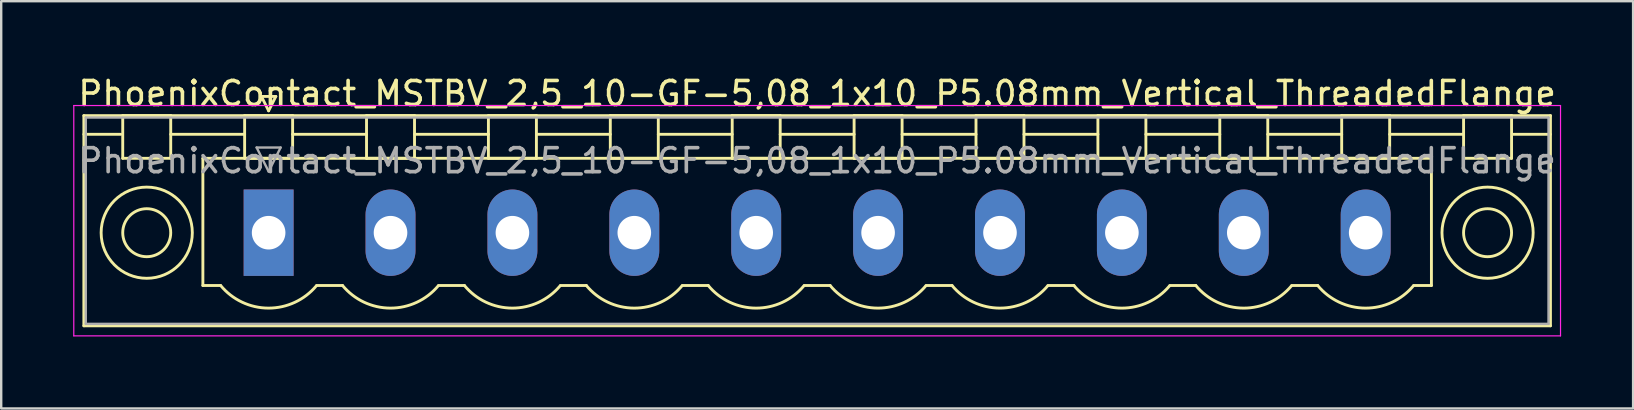
<source format=kicad_pcb>
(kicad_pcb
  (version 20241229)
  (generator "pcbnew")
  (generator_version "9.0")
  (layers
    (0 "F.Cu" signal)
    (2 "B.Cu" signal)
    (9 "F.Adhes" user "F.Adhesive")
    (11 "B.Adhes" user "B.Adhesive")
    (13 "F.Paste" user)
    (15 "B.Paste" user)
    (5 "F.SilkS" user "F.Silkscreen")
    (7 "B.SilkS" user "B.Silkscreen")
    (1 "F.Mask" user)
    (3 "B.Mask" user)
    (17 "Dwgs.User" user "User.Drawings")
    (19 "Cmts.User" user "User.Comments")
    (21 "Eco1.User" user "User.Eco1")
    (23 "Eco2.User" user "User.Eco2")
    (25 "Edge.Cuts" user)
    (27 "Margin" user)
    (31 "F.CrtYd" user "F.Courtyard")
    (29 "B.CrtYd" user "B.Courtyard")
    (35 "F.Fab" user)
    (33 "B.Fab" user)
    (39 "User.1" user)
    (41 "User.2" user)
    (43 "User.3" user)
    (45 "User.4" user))
  (footprint "PhoenixContact_MSTBV_2,5_10-GF-5,08_1x10_P5.08mm_Vertical_ThreadedFlange"
    (layer "F.Cu")
    (at 8.145 6.648)
    (property "Reference" "PhoenixContact_MSTBV_2,5_10-GF-5,08_1x10_P5.08mm_Vertical_ThreadedFlange" (at 22.86 -5.8 0) (layer "F.SilkS") (effects (font (size 1 1) (thickness 0.15))))
    (attr through_hole)
    (fp_line (start -7.7 -4.88) (end -7.7 3.88) (stroke (width 0.12) (type solid)) (layer "F.SilkS"))
    (fp_line (start -7.7 -4.1) (end -6.16 -4.1) (stroke (width 0.12) (type solid)) (layer "F.SilkS"))
    (fp_line (start -7.7 3.88) (end 53.42 3.88) (stroke (width 0.12) (type solid)) (layer "F.SilkS"))
    (fp_line (start -6.08 -4.88) (end -4.08 -4.88) (stroke (width 0.12) (type solid)) (layer "F.SilkS"))
    (fp_line (start -6.08 -3.1) (end -6.08 -4.88) (stroke (width 0.12) (type solid)) (layer "F.SilkS"))
    (fp_line (start -4.08 -4.88) (end -4.08 -3.1) (stroke (width 0.12) (type solid)) (layer "F.SilkS"))
    (fp_line (start -4.08 -4.1) (end -1 -4.1) (stroke (width 0.12) (type solid)) (layer "F.SilkS"))
    (fp_line (start -4.08 -3.1) (end -6.08 -3.1) (stroke (width 0.12) (type solid)) (layer "F.SilkS"))
    (fp_line (start -2.74 -3.1) (end 48.46 -3.1) (stroke (width 0.12) (type solid)) (layer "F.SilkS"))
    (fp_line (start -2.74 2.2) (end -2.74 -3.1) (stroke (width 0.12) (type solid)) (layer "F.SilkS"))
    (fp_line (start -2 2.2) (end -2.74 2.2) (stroke (width 0.12) (type solid)) (layer "F.SilkS"))
    (fp_line (start -1 -4.88) (end 1 -4.88) (stroke (width 0.12) (type solid)) (layer "F.SilkS"))
    (fp_line (start -1 -3.1) (end -1 -4.88) (stroke (width 0.12) (type solid)) (layer "F.SilkS"))
    (fp_line (start -0.3 -5.68) (end 0.3 -5.68) (stroke (width 0.12) (type solid)) (layer "F.SilkS"))
    (fp_line (start 0 -5.08) (end -0.3 -5.68) (stroke (width 0.12) (type solid)) (layer "F.SilkS"))
    (fp_line (start 0.3 -5.68) (end 0 -5.08) (stroke (width 0.12) (type solid)) (layer "F.SilkS"))
    (fp_line (start 1 -4.88) (end 1 -3.1) (stroke (width 0.12) (type solid)) (layer "F.SilkS"))
    (fp_line (start 1 -4.1) (end 4.08 -4.1) (stroke (width 0.12) (type solid)) (layer "F.SilkS"))
    (fp_line (start 1 -3.1) (end -1 -3.1) (stroke (width 0.12) (type solid)) (layer "F.SilkS"))
    (fp_line (start 2 2.2) (end 3.08 2.2) (stroke (width 0.12) (type solid)) (layer "F.SilkS"))
    (fp_line (start 4.08 -4.88) (end 6.08 -4.88) (stroke (width 0.12) (type solid)) (layer "F.SilkS"))
    (fp_line (start 4.08 -3.1) (end 4.08 -4.88) (stroke (width 0.12) (type solid)) (layer "F.SilkS"))
    (fp_line (start 6.08 -4.88) (end 6.08 -3.1) (stroke (width 0.12) (type solid)) (layer "F.SilkS"))
    (fp_line (start 6.08 -4.1) (end 9.16 -4.1) (stroke (width 0.12) (type solid)) (layer "F.SilkS"))
    (fp_line (start 6.08 -3.1) (end 4.08 -3.1) (stroke (width 0.12) (type solid)) (layer "F.SilkS"))
    (fp_line (start 7.08 2.2) (end 8.16 2.2) (stroke (width 0.12) (type solid)) (layer "F.SilkS"))
    (fp_line (start 9.16 -4.88) (end 11.16 -4.88) (stroke (width 0.12) (type solid)) (layer "F.SilkS"))
    (fp_line (start 9.16 -3.1) (end 9.16 -4.88) (stroke (width 0.12) (type solid)) (layer "F.SilkS"))
    (fp_line (start 11.16 -4.88) (end 11.16 -3.1) (stroke (width 0.12) (type solid)) (layer "F.SilkS"))
    (fp_line (start 11.16 -4.1) (end 14.24 -4.1) (stroke (width 0.12) (type solid)) (layer "F.SilkS"))
    (fp_line (start 11.16 -3.1) (end 9.16 -3.1) (stroke (width 0.12) (type solid)) (layer "F.SilkS"))
    (fp_line (start 12.16 2.2) (end 13.24 2.2) (stroke (width 0.12) (type solid)) (layer "F.SilkS"))
    (fp_line (start 14.24 -4.88) (end 16.24 -4.88) (stroke (width 0.12) (type solid)) (layer "F.SilkS"))
    (fp_line (start 14.24 -3.1) (end 14.24 -4.88) (stroke (width 0.12) (type solid)) (layer "F.SilkS"))
    (fp_line (start 16.24 -4.88) (end 16.24 -3.1) (stroke (width 0.12) (type solid)) (layer "F.SilkS"))
    (fp_line (start 16.24 -4.1) (end 19.32 -4.1) (stroke (width 0.12) (type solid)) (layer "F.SilkS"))
    (fp_line (start 16.24 -3.1) (end 14.24 -3.1) (stroke (width 0.12) (type solid)) (layer "F.SilkS"))
    (fp_line (start 17.24 2.2) (end 18.32 2.2) (stroke (width 0.12) (type solid)) (layer "F.SilkS"))
    (fp_line (start 19.32 -4.88) (end 21.32 -4.88) (stroke (width 0.12) (type solid)) (layer "F.SilkS"))
    (fp_line (start 19.32 -3.1) (end 19.32 -4.88) (stroke (width 0.12) (type solid)) (layer "F.SilkS"))
    (fp_line (start 21.32 -4.88) (end 21.32 -3.1) (stroke (width 0.12) (type solid)) (layer "F.SilkS"))
    (fp_line (start 21.32 -4.1) (end 24.4 -4.1) (stroke (width 0.12) (type solid)) (layer "F.SilkS"))
    (fp_line (start 21.32 -3.1) (end 19.32 -3.1) (stroke (width 0.12) (type solid)) (layer "F.SilkS"))
    (fp_line (start 22.32 2.2) (end 23.4 2.2) (stroke (width 0.12) (type solid)) (layer "F.SilkS"))
    (fp_line (start 24.4 -4.88) (end 26.4 -4.88) (stroke (width 0.12) (type solid)) (layer "F.SilkS"))
    (fp_line (start 24.4 -3.1) (end 24.4 -4.88) (stroke (width 0.12) (type solid)) (layer "F.SilkS"))
    (fp_line (start 26.4 -4.88) (end 26.4 -3.1) (stroke (width 0.12) (type solid)) (layer "F.SilkS"))
    (fp_line (start 26.4 -4.1) (end 29.48 -4.1) (stroke (width 0.12) (type solid)) (layer "F.SilkS"))
    (fp_line (start 26.4 -3.1) (end 24.4 -3.1) (stroke (width 0.12) (type solid)) (layer "F.SilkS"))
    (fp_line (start 27.4 2.2) (end 28.48 2.2) (stroke (width 0.12) (type solid)) (layer "F.SilkS"))
    (fp_line (start 29.48 -4.88) (end 31.48 -4.88) (stroke (width 0.12) (type solid)) (layer "F.SilkS"))
    (fp_line (start 29.48 -3.1) (end 29.48 -4.88) (stroke (width 0.12) (type solid)) (layer "F.SilkS"))
    (fp_line (start 31.48 -4.88) (end 31.48 -3.1) (stroke (width 0.12) (type solid)) (layer "F.SilkS"))
    (fp_line (start 31.48 -4.1) (end 34.56 -4.1) (stroke (width 0.12) (type solid)) (layer "F.SilkS"))
    (fp_line (start 31.48 -3.1) (end 29.48 -3.1) (stroke (width 0.12) (type solid)) (layer "F.SilkS"))
    (fp_line (start 32.48 2.2) (end 33.56 2.2) (stroke (width 0.12) (type solid)) (layer "F.SilkS"))
    (fp_line (start 34.56 -4.88) (end 36.56 -4.88) (stroke (width 0.12) (type solid)) (layer "F.SilkS"))
    (fp_line (start 34.56 -3.1) (end 34.56 -4.88) (stroke (width 0.12) (type solid)) (layer "F.SilkS"))
    (fp_line (start 36.56 -4.88) (end 36.56 -3.1) (stroke (width 0.12) (type solid)) (layer "F.SilkS"))
    (fp_line (start 36.56 -4.1) (end 39.64 -4.1) (stroke (width 0.12) (type solid)) (layer "F.SilkS"))
    (fp_line (start 36.56 -3.1) (end 34.56 -3.1) (stroke (width 0.12) (type solid)) (layer "F.SilkS"))
    (fp_line (start 37.56 2.2) (end 38.64 2.2) (stroke (width 0.12) (type solid)) (layer "F.SilkS"))
    (fp_line (start 39.64 -4.88) (end 41.64 -4.88) (stroke (width 0.12) (type solid)) (layer "F.SilkS"))
    (fp_line (start 39.64 -3.1) (end 39.64 -4.88) (stroke (width 0.12) (type solid)) (layer "F.SilkS"))
    (fp_line (start 41.64 -4.88) (end 41.64 -3.1) (stroke (width 0.12) (type solid)) (layer "F.SilkS"))
    (fp_line (start 41.64 -4.1) (end 44.72 -4.1) (stroke (width 0.12) (type solid)) (layer "F.SilkS"))
    (fp_line (start 41.64 -3.1) (end 39.64 -3.1) (stroke (width 0.12) (type solid)) (layer "F.SilkS"))
    (fp_line (start 42.64 2.2) (end 43.72 2.2) (stroke (width 0.12) (type solid)) (layer "F.SilkS"))
    (fp_line (start 44.72 -4.88) (end 46.72 -4.88) (stroke (width 0.12) (type solid)) (layer "F.SilkS"))
    (fp_line (start 44.72 -3.1) (end 44.72 -4.88) (stroke (width 0.12) (type solid)) (layer "F.SilkS"))
    (fp_line (start 46.72 -4.88) (end 46.72 -3.1) (stroke (width 0.12) (type solid)) (layer "F.SilkS"))
    (fp_line (start 46.72 -4.1) (end 49.8 -4.1) (stroke (width 0.12) (type solid)) (layer "F.SilkS"))
    (fp_line (start 46.72 -3.1) (end 44.72 -3.1) (stroke (width 0.12) (type solid)) (layer "F.SilkS"))
    (fp_line (start 48.46 -3.1) (end 48.46 2.2) (stroke (width 0.12) (type solid)) (layer "F.SilkS"))
    (fp_line (start 48.46 2.2) (end 47.72 2.2) (stroke (width 0.12) (type solid)) (layer "F.SilkS"))
    (fp_line (start 49.8 -4.88) (end 51.8 -4.88) (stroke (width 0.12) (type solid)) (layer "F.SilkS"))
    (fp_line (start 49.8 -3.1) (end 49.8 -4.88) (stroke (width 0.12) (type solid)) (layer "F.SilkS"))
    (fp_line (start 51.8 -4.88) (end 51.8 -3.1) (stroke (width 0.12) (type solid)) (layer "F.SilkS"))
    (fp_line (start 51.8 -3.1) (end 49.8 -3.1) (stroke (width 0.12) (type solid)) (layer "F.SilkS"))
    (fp_line (start 53.42 -4.88) (end -7.7 -4.88) (stroke (width 0.12) (type solid)) (layer "F.SilkS"))
    (fp_line (start 53.42 -4.1) (end 51.88 -4.1) (stroke (width 0.12) (type solid)) (layer "F.SilkS"))
    (fp_line (start 53.42 3.88) (end 53.42 -4.88) (stroke (width 0.12) (type solid)) (layer "F.SilkS"))
    (fp_arc (start 1.986842 2.215821) (mid -0.010289 3.142758) (end -2 2.2) (stroke (width 0.12) (type solid)) (layer "F.SilkS"))
    (fp_arc (start 7.066842 2.215821) (mid 5.069711 3.142758) (end 3.08 2.2) (stroke (width 0.12) (type solid)) (layer "F.SilkS"))
    (fp_arc (start 12.146842 2.215821) (mid 10.149711 3.142758) (end 8.16 2.2) (stroke (width 0.12) (type solid)) (layer "F.SilkS"))
    (fp_arc (start 17.226842 2.215821) (mid 15.229711 3.142758) (end 13.24 2.2) (stroke (width 0.12) (type solid)) (layer "F.SilkS"))
    (fp_arc (start 22.306842 2.215821) (mid 20.309711 3.142758) (end 18.32 2.2) (stroke (width 0.12) (type solid)) (layer "F.SilkS"))
    (fp_arc (start 27.386842 2.215821) (mid 25.389711 3.142758) (end 23.4 2.2) (stroke (width 0.12) (type solid)) (layer "F.SilkS"))
    (fp_arc (start 32.466842 2.215821) (mid 30.469711 3.142758) (end 28.48 2.2) (stroke (width 0.12) (type solid)) (layer "F.SilkS"))
    (fp_arc (start 37.546842 2.215821) (mid 35.549711 3.142758) (end 33.56 2.2) (stroke (width 0.12) (type solid)) (layer "F.SilkS"))
    (fp_arc (start 42.626842 2.215821) (mid 40.629711 3.142758) (end 38.64 2.2) (stroke (width 0.12) (type solid)) (layer "F.SilkS"))
    (fp_arc (start 47.706842 2.215821) (mid 45.709711 3.142758) (end 43.72 2.2) (stroke (width 0.12) (type solid)) (layer "F.SilkS"))
    (fp_circle (center -5.08 0) (end -4.08 0) (stroke (width 0.12) (type solid)) (fill no) (layer "F.SilkS"))
    (fp_circle (center -5.08 0) (end -3.18 0) (stroke (width 0.12) (type solid)) (fill no) (layer "F.SilkS"))
    (fp_circle (center 50.8 0) (end 51.8 0) (stroke (width 0.12) (type solid)) (fill no) (layer "F.SilkS"))
    (fp_circle (center 50.8 0) (end 52.7 0) (stroke (width 0.12) (type solid)) (fill no) (layer "F.SilkS"))
    (fp_line (start -8.12 -5.3) (end -8.12 4.3) (stroke (width 0.05) (type solid)) (layer "F.CrtYd"))
    (fp_line (start -8.12 4.3) (end 53.84 4.3) (stroke (width 0.05) (type solid)) (layer "F.CrtYd"))
    (fp_line (start 53.84 -5.3) (end -8.12 -5.3) (stroke (width 0.05) (type solid)) (layer "F.CrtYd"))
    (fp_line (start 53.84 4.3) (end 53.84 -5.3) (stroke (width 0.05) (type solid)) (layer "F.CrtYd"))
    (fp_line (start -7.62 -4.8) (end -7.62 3.8) (stroke (width 0.1) (type solid)) (layer "F.Fab"))
    (fp_line (start -7.62 3.8) (end 53.34 3.8) (stroke (width 0.1) (type solid)) (layer "F.Fab"))
    (fp_line (start -0.5 -3.55) (end 0.5 -3.55) (stroke (width 0.1) (type solid)) (layer "F.Fab"))
    (fp_line (start 0 -2.55) (end -0.5 -3.55) (stroke (width 0.1) (type solid)) (layer "F.Fab"))
    (fp_line (start 0.5 -3.55) (end 0 -2.55) (stroke (width 0.1) (type solid)) (layer "F.Fab"))
    (fp_line (start 53.34 -4.8) (end -7.62 -4.8) (stroke (width 0.1) (type solid)) (layer "F.Fab"))
    (fp_line (start 53.34 3.8) (end 53.34 -4.8) (stroke (width 0.1) (type solid)) (layer "F.Fab"))
    (fp_text user "${REFERENCE}" (at 22.86 -3 0) (layer "F.Fab") (effects (font (size 1 1) (thickness 0.15))))
    (pad "1" thru_hole rect (at 0 0) (size 2.08 3.6) (drill 1.4) (layers "*.Cu" "*.Mask"))
    (pad "2" thru_hole oval (at 5.08 0) (size 2.08 3.6) (drill 1.4) (layers "*.Cu" "*.Mask"))
    (pad "3" thru_hole oval (at 10.16 0) (size 2.08 3.6) (drill 1.4) (layers "*.Cu" "*.Mask"))
    (pad "4" thru_hole oval (at 15.24 0) (size 2.08 3.6) (drill 1.4) (layers "*.Cu" "*.Mask"))
    (pad "5" thru_hole oval (at 20.32 0) (size 2.08 3.6) (drill 1.4) (layers "*.Cu" "*.Mask"))
    (pad "6" thru_hole oval (at 25.4 0) (size 2.08 3.6) (drill 1.4) (layers "*.Cu" "*.Mask"))
    (pad "7" thru_hole oval (at 30.48 0) (size 2.08 3.6) (drill 1.4) (layers "*.Cu" "*.Mask"))
    (pad "8" thru_hole oval (at 35.56 0) (size 2.08 3.6) (drill 1.4) (layers "*.Cu" "*.Mask"))
    (pad "9" thru_hole oval (at 40.64 0) (size 2.08 3.6) (drill 1.4) (layers "*.Cu" "*.Mask"))
    (pad "10" thru_hole oval (at 45.72 0) (size 2.08 3.6) (drill 1.4) (layers "*.Cu" "*.Mask")))
  (gr_rect
    (start -3 -3)
    (end 65.01 13.973)
    (stroke (width 0.1) (type default))
    (fill no)
    (layer "Edge.Cuts")))
</source>
